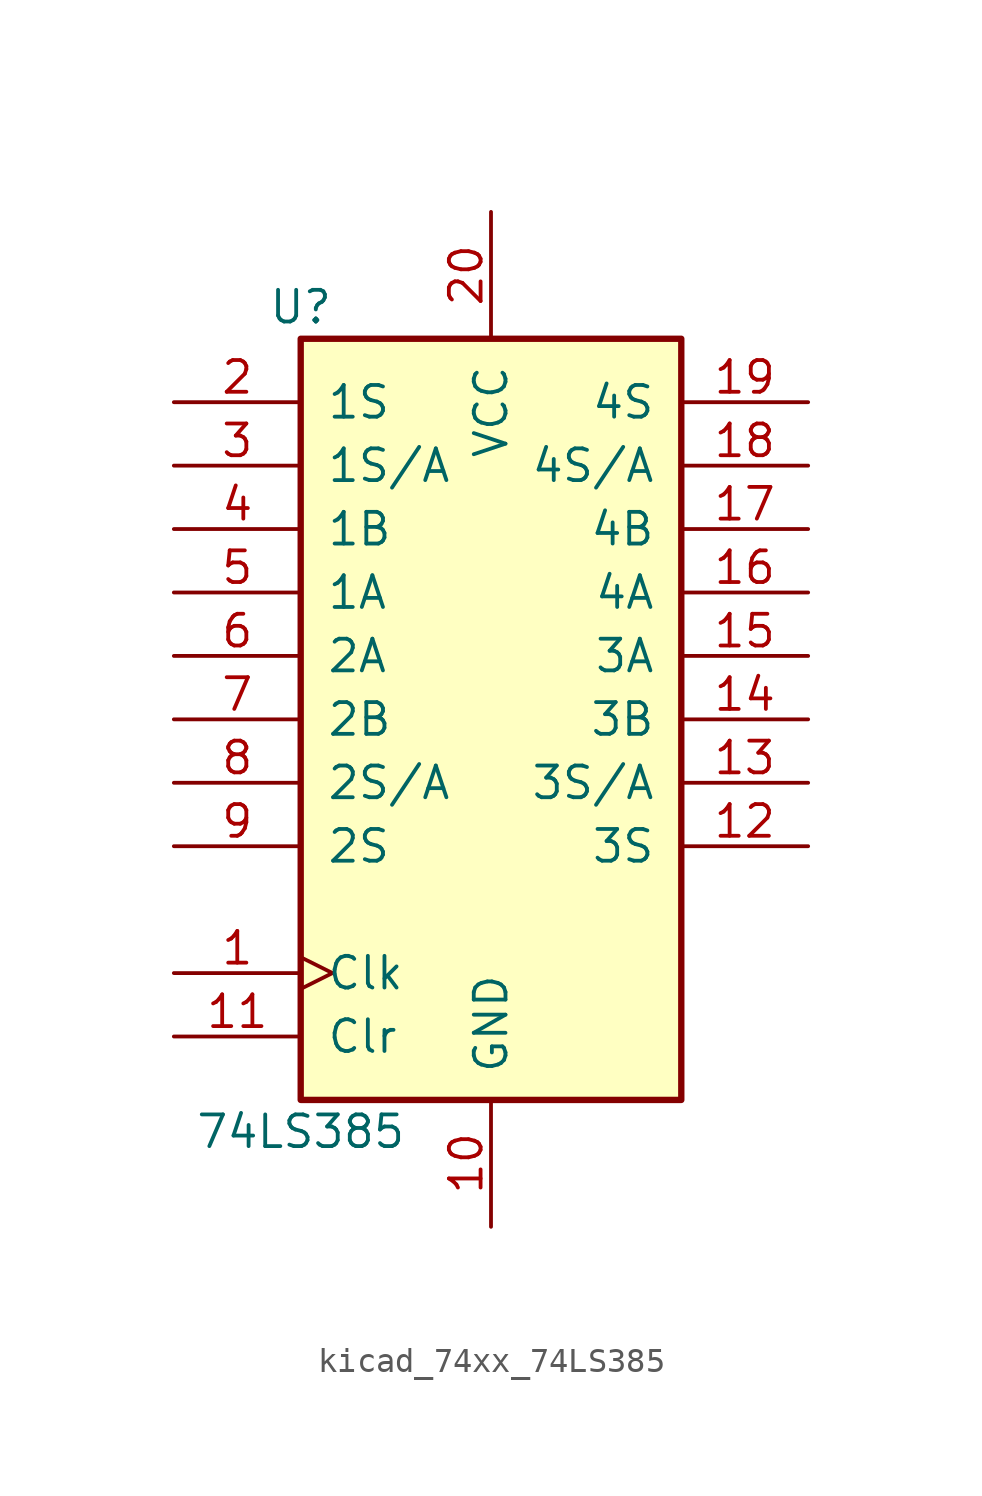
<source format=kicad_sym>
(kicad_symbol_lib
  (version 20220914)
  (generator kicad_symbol_editor)
  (symbol "kicad_74xx_74LS385"
    (pin_names
      (offset 1.016))
    (property "Reference" "U"
      (at -7.62 16.51 0)
      (effects (font (size 1.27 1.27))))
    (property "Value" "74LS385"
      (at -7.62 -16.51 0)
      (effects (font (size 1.27 1.27))))
    (property "ki_locked" ""
      (at 0 0 0)
      (effects (font (size 1.27 1.27))))
    (symbol "kicad_74xx_74LS385_1_0"
      (pin input clock (at -12.7 -10.16 0) (length 5.08) (name "Clk" (effects (font (size 1.27 1.27)))) (number "1" (effects (font (size 1.27 1.27)))))
      (pin power_in line (at 0 -20.32 90) (length 5.08) (name "GND" (effects (font (size 1.27 1.27)))) (number "10" (effects (font (size 1.27 1.27)))))
      (pin input line (at -12.7 -12.7 0) (length 5.08) (name "Clr" (effects (font (size 1.27 1.27)))) (number "11" (effects (font (size 1.27 1.27)))))
      (pin output line (at 12.7 -5.08 180) (length 5.08) (name "3S" (effects (font (size 1.27 1.27)))) (number "12" (effects (font (size 1.27 1.27)))))
      (pin output line (at 12.7 -2.54 180) (length 5.08) (name "3S/A" (effects (font (size 1.27 1.27)))) (number "13" (effects (font (size 1.27 1.27)))))
      (pin output line (at 12.7 0 180) (length 5.08) (name "3B" (effects (font (size 1.27 1.27)))) (number "14" (effects (font (size 1.27 1.27)))))
      (pin output line (at 12.7 2.54 180) (length 5.08) (name "3A" (effects (font (size 1.27 1.27)))) (number "15" (effects (font (size 1.27 1.27)))))
      (pin output line (at 12.7 5.08 180) (length 5.08) (name "4A" (effects (font (size 1.27 1.27)))) (number "16" (effects (font (size 1.27 1.27)))))
      (pin output line (at 12.7 7.62 180) (length 5.08) (name "4B" (effects (font (size 1.27 1.27)))) (number "17" (effects (font (size 1.27 1.27)))))
      (pin output line (at 12.7 10.16 180) (length 5.08) (name "4S/A" (effects (font (size 1.27 1.27)))) (number "18" (effects (font (size 1.27 1.27)))))
      (pin output line (at 12.7 12.7 180) (length 5.08) (name "4S" (effects (font (size 1.27 1.27)))) (number "19" (effects (font (size 1.27 1.27)))))
      (pin input line (at -12.7 12.7 0) (length 5.08) (name "1S" (effects (font (size 1.27 1.27)))) (number "2" (effects (font (size 1.27 1.27)))))
      (pin power_in line (at 0 20.32 270) (length 5.08) (name "VCC" (effects (font (size 1.27 1.27)))) (number "20" (effects (font (size 1.27 1.27)))))
      (pin input line (at -12.7 10.16 0) (length 5.08) (name "1S/A" (effects (font (size 1.27 1.27)))) (number "3" (effects (font (size 1.27 1.27)))))
      (pin input line (at -12.7 7.62 0) (length 5.08) (name "1B" (effects (font (size 1.27 1.27)))) (number "4" (effects (font (size 1.27 1.27)))))
      (pin input line (at -12.7 5.08 0) (length 5.08) (name "1A" (effects (font (size 1.27 1.27)))) (number "5" (effects (font (size 1.27 1.27)))))
      (pin input line (at -12.7 2.54 0) (length 5.08) (name "2A" (effects (font (size 1.27 1.27)))) (number "6" (effects (font (size 1.27 1.27)))))
      (pin input line (at -12.7 0 0) (length 5.08) (name "2B" (effects (font (size 1.27 1.27)))) (number "7" (effects (font (size 1.27 1.27)))))
      (pin input line (at -12.7 -2.54 0) (length 5.08) (name "2S/A" (effects (font (size 1.27 1.27)))) (number "8" (effects (font (size 1.27 1.27)))))
      (pin input line (at -12.7 -5.08 0) (length 5.08) (name "2S" (effects (font (size 1.27 1.27)))) (number "9" (effects (font (size 1.27 1.27))))))
    (symbol "kicad_74xx_74LS385_1_1"
      (rectangle (start -7.62 15.24) (end 7.62 -15.24) (stroke (width 0.254) (type default)) (fill (type background))))))
</source>
